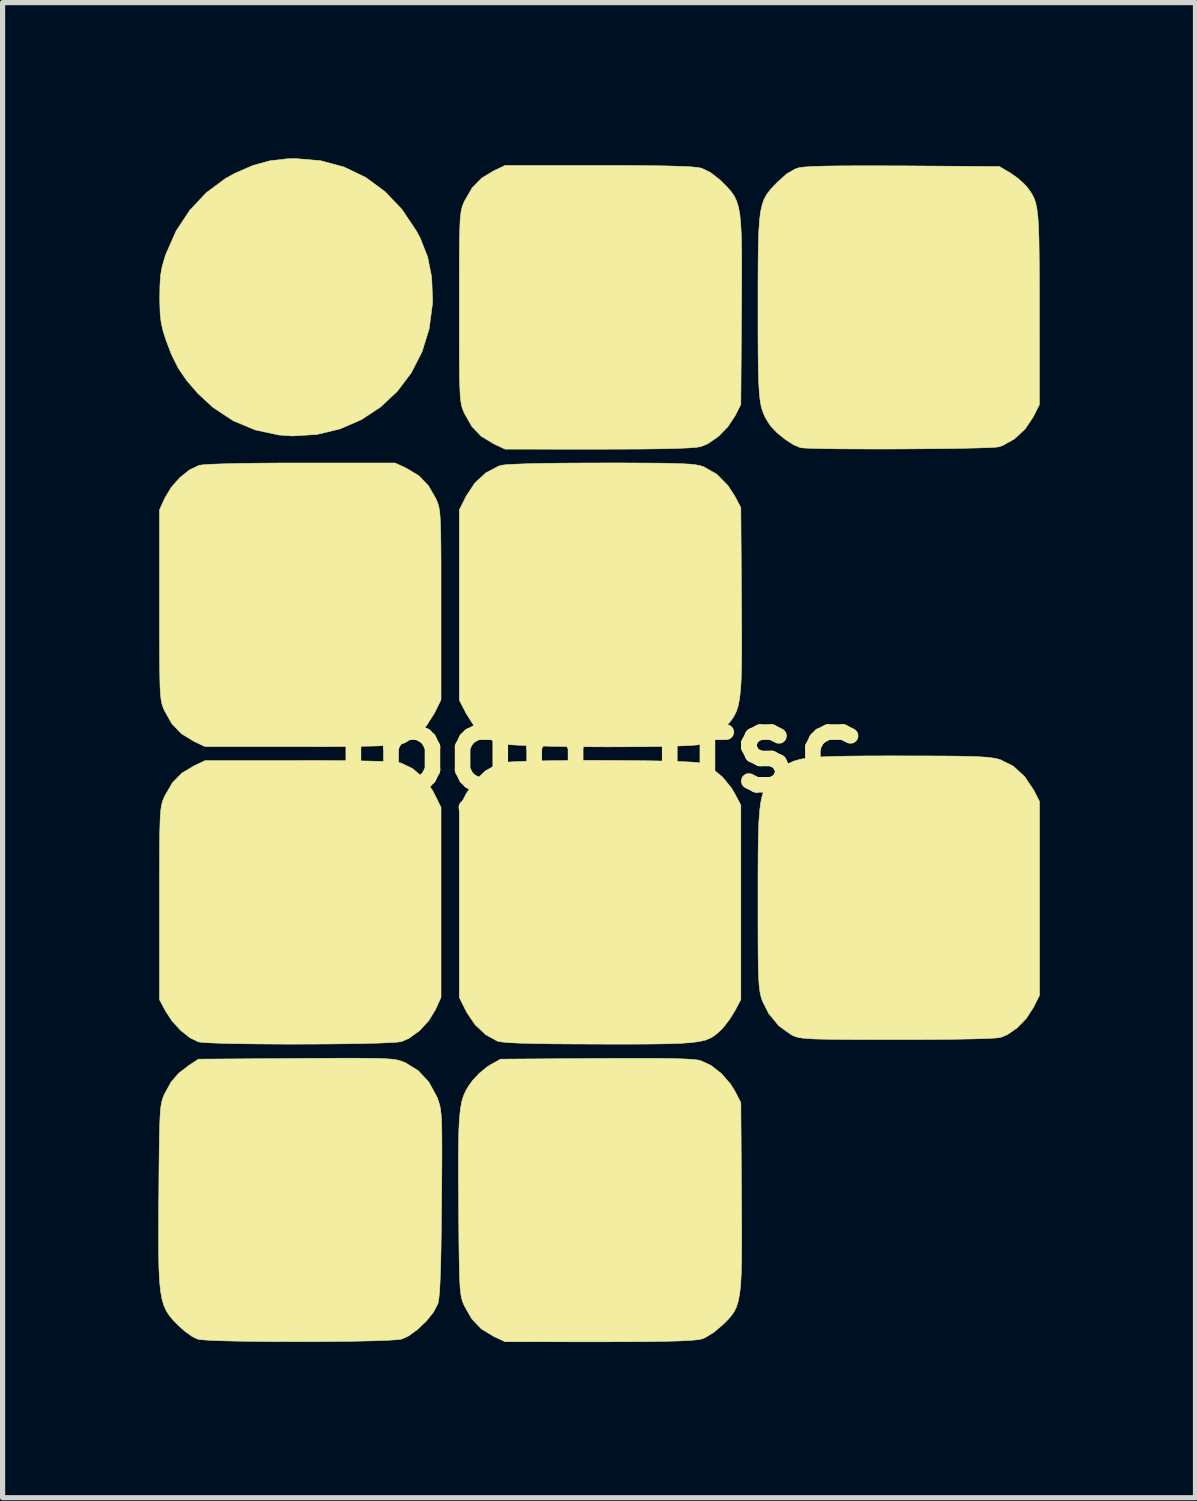
<source format=kicad_pcb>
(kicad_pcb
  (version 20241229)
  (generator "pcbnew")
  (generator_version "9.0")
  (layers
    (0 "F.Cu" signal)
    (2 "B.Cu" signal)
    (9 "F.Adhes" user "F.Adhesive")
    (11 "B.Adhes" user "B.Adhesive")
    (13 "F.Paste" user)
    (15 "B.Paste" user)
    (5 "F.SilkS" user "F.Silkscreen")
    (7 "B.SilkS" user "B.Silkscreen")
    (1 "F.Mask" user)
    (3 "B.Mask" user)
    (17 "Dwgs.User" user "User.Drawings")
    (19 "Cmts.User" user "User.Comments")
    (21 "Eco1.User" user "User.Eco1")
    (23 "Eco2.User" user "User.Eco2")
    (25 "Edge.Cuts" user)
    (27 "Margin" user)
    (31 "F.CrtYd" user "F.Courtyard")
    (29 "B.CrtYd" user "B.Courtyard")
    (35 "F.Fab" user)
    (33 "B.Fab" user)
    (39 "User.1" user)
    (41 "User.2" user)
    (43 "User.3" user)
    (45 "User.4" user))
  (footprint "logo_ifsc"
    (layer "F.Cu")
    (at 8.512 11.382)
    (property "Reference" "logo_ifsc" (at 0 0 0) (layer "F.SilkS") (effects (font (size 1.524 1.524) (thickness 0.3))))
    (attr through_hole)
    (fp_poly (pts (xy -5.387 -11.336) (xy -4.934 -11.214) (xy -4.518 -11.015) (xy -4.144 -10.74) (xy -3.815 -10.394) (xy -3.537 -9.978) (xy -3.466 -9.845) (xy -3.323 -9.484) (xy -3.245 -9.092) (xy -3.227 -8.652) (xy -3.23 -8.577) (xy -3.293 -8.097) (xy -3.431 -7.652) (xy -3.638 -7.249) (xy -3.907 -6.892) (xy -4.23 -6.59) (xy -4.6 -6.346) (xy -5.011 -6.168) (xy -5.455 -6.061) (xy -5.926 -6.032) (xy -6.182 -6.05) (xy -6.641 -6.147) (xy -7.068 -6.325) (xy -7.458 -6.582) (xy -7.751 -6.853) (xy -7.965 -7.101) (xy -8.128 -7.34) (xy -8.26 -7.606) (xy -8.363 -7.876) (xy -8.42 -8.055) (xy -8.456 -8.212) (xy -8.476 -8.38) (xy -8.483 -8.589) (xy -8.484 -8.709) (xy -8.48 -8.949) (xy -8.467 -9.133) (xy -8.439 -9.291) (xy -8.392 -9.456) (xy -8.365 -9.537) (xy -8.168 -9.983) (xy -7.906 -10.38) (xy -7.586 -10.72) (xy -7.216 -10.994) (xy -7.034 -11.094) (xy -6.692 -11.243) (xy -6.371 -11.332) (xy -6.036 -11.372) (xy -5.871 -11.377) (xy -5.387 -11.336)) (stroke (width 0.01) (type solid)) (fill yes) (layer "F.SilkS"))
    (fp_poly (pts (xy -5.277 0.222) (xy -4.836 0.225) (xy -4.478 0.231) (xy -4.199 0.239) (xy -3.997 0.25) (xy -3.869 0.263) (xy -3.83 0.272) (xy -3.609 0.379) (xy -3.404 0.558) (xy -3.234 0.788) (xy -3.189 0.872) (xy -3.065 1.124) (xy -3.065 4.785) (xy -3.17 5.018) (xy -3.302 5.235) (xy -3.482 5.429) (xy -3.684 5.575) (xy -3.828 5.637) (xy -3.912 5.648) (xy -4.072 5.658) (xy -4.297 5.667) (xy -4.574 5.674) (xy -4.893 5.679) (xy -5.241 5.683) (xy -5.606 5.685) (xy -5.977 5.686) (xy -6.342 5.684) (xy -6.689 5.681) (xy -7.006 5.677) (xy -7.282 5.67) (xy -7.504 5.662) (xy -7.662 5.653) (xy -7.741 5.642) (xy -7.906 5.561) (xy -8.082 5.42) (xy -8.245 5.243) (xy -8.369 5.055) (xy -8.489 4.829) (xy -8.489 2.977) (xy -8.489 2.524) (xy -8.488 2.151) (xy -8.487 1.848) (xy -8.484 1.607) (xy -8.479 1.42) (xy -8.473 1.276) (xy -8.463 1.168) (xy -8.451 1.086) (xy -8.435 1.022) (xy -8.415 0.967) (xy -8.391 0.913) (xy -8.387 0.904) (xy -8.241 0.651) (xy -8.058 0.464) (xy -7.827 0.326) (xy -7.607 0.221) (xy -5.804 0.221) (xy -5.277 0.222)) (stroke (width 0.01) (type solid)) (fill yes) (layer "F.SilkS"))
    (fp_poly (pts (xy 0.268 0.22) (xy 0.63 0.223) (xy 0.971 0.227) (xy 1.28 0.233) (xy 1.545 0.241) (xy 1.754 0.251) (xy 1.895 0.263) (xy 1.947 0.272) (xy 2.156 0.373) (xy 2.359 0.54) (xy 2.532 0.752) (xy 2.592 0.854) (xy 2.712 1.08) (xy 2.712 4.829) (xy 2.595 5.049) (xy 2.498 5.205) (xy 2.384 5.353) (xy 2.33 5.411) (xy 2.26 5.476) (xy 2.192 5.53) (xy 2.116 5.574) (xy 2.026 5.609) (xy 1.911 5.635) (xy 1.764 5.655) (xy 1.576 5.669) (xy 1.338 5.678) (xy 1.042 5.683) (xy 0.68 5.686) (xy 0.242 5.686) (xy -0.017 5.685) (xy -0.519 5.683) (xy -0.939 5.68) (xy -1.28 5.674) (xy -1.549 5.667) (xy -1.75 5.657) (xy -1.888 5.645) (xy -1.969 5.631) (xy -1.978 5.628) (xy -2.202 5.505) (xy -2.406 5.314) (xy -2.57 5.073) (xy -2.587 5.039) (xy -2.712 4.785) (xy -2.712 1.118) (xy -2.579 0.859) (xy -2.415 0.613) (xy -2.206 0.418) (xy -1.972 0.288) (xy -1.906 0.267) (xy -1.816 0.254) (xy -1.649 0.244) (xy -1.419 0.235) (xy -1.137 0.228) (xy -0.816 0.223) (xy -0.466 0.22) (xy -0.101 0.219) (xy 0.268 0.22)) (stroke (width 0.01) (type solid)) (fill yes) (layer "F.SilkS"))
    (fp_poly (pts (xy -3.947 -5.511) (xy -3.726 -5.407) (xy -3.488 -5.263) (xy -3.307 -5.073) (xy -3.166 -4.829) (xy -3.141 -4.773) (xy -3.121 -4.718) (xy -3.104 -4.656) (xy -3.092 -4.577) (xy -3.082 -4.472) (xy -3.075 -4.334) (xy -3.07 -4.152) (xy -3.067 -3.918) (xy -3.065 -3.623) (xy -3.065 -3.258) (xy -3.065 -2.815) (xy -3.065 -0.948) (xy -3.189 -0.696) (xy -3.344 -0.451) (xy -3.54 -0.254) (xy -3.758 -0.122) (xy -3.83 -0.095) (xy -3.92 -0.08) (xy -4.081 -0.068) (xy -4.319 -0.059) (xy -4.634 -0.052) (xy -5.031 -0.047) (xy -5.511 -0.045) (xy -5.804 -0.045) (xy -7.607 -0.045) (xy -7.827 -0.149) (xy -8.065 -0.294) (xy -8.247 -0.483) (xy -8.387 -0.728) (xy -8.412 -0.783) (xy -8.433 -0.838) (xy -8.449 -0.9) (xy -8.462 -0.979) (xy -8.472 -1.084) (xy -8.479 -1.223) (xy -8.483 -1.404) (xy -8.486 -1.638) (xy -8.488 -1.933) (xy -8.489 -2.298) (xy -8.489 -2.742) (xy -8.489 -4.608) (xy -8.383 -4.841) (xy -8.261 -5.044) (xy -8.095 -5.231) (xy -7.908 -5.38) (xy -7.724 -5.467) (xy -7.722 -5.467) (xy -7.638 -5.478) (xy -7.473 -5.488) (xy -7.235 -5.496) (xy -6.932 -5.503) (xy -6.571 -5.508) (xy -6.16 -5.511) (xy -5.755 -5.511) (xy -3.947 -5.511)) (stroke (width 0.01) (type solid)) (fill yes) (layer "F.SilkS"))
    (fp_poly (pts (xy 0.484 -5.512) (xy 0.857 -5.51) (xy 1.159 -5.508) (xy 1.399 -5.503) (xy 1.585 -5.497) (xy 1.728 -5.489) (xy 1.834 -5.478) (xy 1.914 -5.464) (xy 1.975 -5.446) (xy 1.995 -5.439) (xy 2.248 -5.295) (xy 2.465 -5.075) (xy 2.595 -4.873) (xy 2.712 -4.652) (xy 2.725 -2.87) (xy 2.728 -2.383) (xy 2.729 -1.975) (xy 2.727 -1.638) (xy 2.72 -1.364) (xy 2.707 -1.142) (xy 2.687 -0.965) (xy 2.659 -0.824) (xy 2.62 -0.711) (xy 2.571 -0.616) (xy 2.509 -0.53) (xy 2.434 -0.446) (xy 2.357 -0.368) (xy 2.173 -0.208) (xy 2.006 -0.109) (xy 1.958 -0.092) (xy 1.861 -0.078) (xy 1.69 -0.066) (xy 1.455 -0.057) (xy 1.169 -0.05) (xy 0.844 -0.045) (xy 0.491 -0.043) (xy 0.123 -0.042) (xy -0.249 -0.044) (xy -0.613 -0.048) (xy -0.957 -0.054) (xy -1.27 -0.062) (xy -1.538 -0.072) (xy -1.752 -0.084) (xy -1.898 -0.097) (xy -1.957 -0.109) (xy -2.218 -0.248) (xy -2.438 -0.462) (xy -2.58 -0.685) (xy -2.712 -0.942) (xy -2.712 -4.608) (xy -2.58 -4.873) (xy -2.413 -5.125) (xy -2.2 -5.322) (xy -1.957 -5.45) (xy -1.906 -5.466) (xy -1.818 -5.478) (xy -1.648 -5.488) (xy -1.402 -5.497) (xy -1.088 -5.504) (xy -0.711 -5.509) (xy -0.279 -5.511) (xy 0.032 -5.512) (xy 0.484 -5.512)) (stroke (width 0.01) (type solid)) (fill yes) (layer "F.SilkS"))
    (fp_poly (pts (xy 0.481 -11.244) (xy 0.906 -11.241) (xy 1.253 -11.236) (xy 1.527 -11.228) (xy 1.732 -11.219) (xy 1.874 -11.206) (xy 1.957 -11.191) (xy 1.957 -11.191) (xy 2.124 -11.11) (xy 2.31 -10.965) (xy 2.367 -10.91) (xy 2.453 -10.823) (xy 2.524 -10.742) (xy 2.583 -10.659) (xy 2.629 -10.563) (xy 2.665 -10.448) (xy 2.692 -10.304) (xy 2.71 -10.122) (xy 2.722 -9.895) (xy 2.728 -9.612) (xy 2.729 -9.267) (xy 2.728 -8.849) (xy 2.725 -8.416) (xy 2.712 -6.637) (xy 2.602 -6.422) (xy 2.463 -6.211) (xy 2.281 -6.025) (xy 2.081 -5.885) (xy 1.949 -5.829) (xy 1.862 -5.814) (xy 1.707 -5.802) (xy 1.48 -5.792) (xy 1.178 -5.785) (xy 0.798 -5.78) (xy 0.335 -5.778) (xy -0.027 -5.777) (xy -1.83 -5.778) (xy -2.051 -5.882) (xy -2.289 -6.026) (xy -2.47 -6.215) (xy -2.61 -6.46) (xy -2.635 -6.516) (xy -2.656 -6.571) (xy -2.672 -6.633) (xy -2.685 -6.712) (xy -2.695 -6.816) (xy -2.702 -6.955) (xy -2.707 -7.137) (xy -2.71 -7.371) (xy -2.711 -7.666) (xy -2.712 -8.031) (xy -2.712 -8.474) (xy -2.712 -8.511) (xy -2.712 -8.96) (xy -2.711 -9.331) (xy -2.71 -9.631) (xy -2.707 -9.869) (xy -2.702 -10.054) (xy -2.696 -10.196) (xy -2.686 -10.303) (xy -2.673 -10.383) (xy -2.657 -10.447) (xy -2.637 -10.501) (xy -2.612 -10.557) (xy -2.61 -10.561) (xy -2.464 -10.814) (xy -2.281 -11.001) (xy -2.051 -11.14) (xy -1.83 -11.244) (xy -0.027 -11.244) (xy 0.481 -11.244)) (stroke (width 0.01) (type solid)) (fill yes) (layer "F.SilkS"))
    (fp_poly (pts (xy 1.202 5.961) (xy 1.479 5.966) (xy 1.689 5.974) (xy 1.835 5.985) (xy 1.924 5.999) (xy 1.93 6.001) (xy 2.136 6.095) (xy 2.339 6.254) (xy 2.514 6.455) (xy 2.602 6.598) (xy 2.712 6.813) (xy 2.725 8.592) (xy 2.728 9.082) (xy 2.729 9.492) (xy 2.727 9.831) (xy 2.72 10.107) (xy 2.708 10.33) (xy 2.688 10.507) (xy 2.66 10.648) (xy 2.623 10.761) (xy 2.575 10.854) (xy 2.515 10.936) (xy 2.442 11.016) (xy 2.366 11.091) (xy 2.191 11.239) (xy 2.024 11.341) (xy 1.957 11.367) (xy 1.876 11.382) (xy 1.74 11.394) (xy 1.542 11.404) (xy 1.278 11.412) (xy 0.943 11.417) (xy 0.531 11.42) (xy 0.037 11.421) (xy -0.027 11.421) (xy -1.83 11.42) (xy -2.051 11.316) (xy -2.289 11.172) (xy -2.47 10.982) (xy -2.61 10.738) (xy -2.636 10.68) (xy -2.657 10.623) (xy -2.674 10.557) (xy -2.687 10.473) (xy -2.698 10.361) (xy -2.705 10.214) (xy -2.711 10.021) (xy -2.716 9.773) (xy -2.72 9.462) (xy -2.723 9.077) (xy -2.725 8.784) (xy -2.729 8.306) (xy -2.729 7.907) (xy -2.727 7.579) (xy -2.72 7.312) (xy -2.708 7.097) (xy -2.689 6.925) (xy -2.664 6.787) (xy -2.629 6.675) (xy -2.585 6.579) (xy -2.531 6.49) (xy -2.466 6.399) (xy -2.456 6.386) (xy -2.329 6.249) (xy -2.177 6.125) (xy -2.115 6.085) (xy -1.918 5.975) (xy -0.088 5.962) (xy 0.423 5.959) (xy 0.852 5.959) (xy 1.202 5.961)) (stroke (width 0.01) (type solid)) (fill yes) (layer "F.SilkS"))
    (fp_poly (pts (xy 6.225 0.133) (xy 6.592 0.134) (xy 6.889 0.137) (xy 7.125 0.142) (xy 7.309 0.149) (xy 7.451 0.158) (xy 7.559 0.171) (xy 7.643 0.186) (xy 7.711 0.205) (xy 7.961 0.33) (xy 8.18 0.531) (xy 8.357 0.795) (xy 8.361 0.803) (xy 8.467 1.011) (xy 8.467 4.745) (xy 8.353 4.974) (xy 8.216 5.186) (xy 8.039 5.37) (xy 7.846 5.504) (xy 7.72 5.556) (xy 7.638 5.567) (xy 7.475 5.576) (xy 7.24 5.584) (xy 6.941 5.59) (xy 6.584 5.595) (xy 6.179 5.597) (xy 5.734 5.598) (xy 5.711 5.598) (xy 5.257 5.598) (xy 4.883 5.597) (xy 4.58 5.595) (xy 4.34 5.591) (xy 4.153 5.587) (xy 4.011 5.58) (xy 3.905 5.57) (xy 3.827 5.558) (xy 3.769 5.543) (xy 3.72 5.523) (xy 3.682 5.504) (xy 3.444 5.333) (xy 3.249 5.096) (xy 3.13 4.86) (xy 3.108 4.796) (xy 3.09 4.729) (xy 3.076 4.648) (xy 3.064 4.545) (xy 3.056 4.41) (xy 3.05 4.235) (xy 3.046 4.009) (xy 3.044 3.723) (xy 3.043 3.369) (xy 3.043 2.937) (xy 3.043 2.892) (xy 3.043 2.412) (xy 3.045 2.012) (xy 3.05 1.683) (xy 3.059 1.415) (xy 3.074 1.2) (xy 3.096 1.029) (xy 3.125 0.893) (xy 3.164 0.783) (xy 3.214 0.691) (xy 3.276 0.608) (xy 3.351 0.525) (xy 3.395 0.479) (xy 3.476 0.398) (xy 3.553 0.33) (xy 3.637 0.276) (xy 3.734 0.232) (xy 3.855 0.198) (xy 4.007 0.173) (xy 4.199 0.155) (xy 4.441 0.144) (xy 4.741 0.137) (xy 5.107 0.133) (xy 5.549 0.132) (xy 5.78 0.132) (xy 6.225 0.133)) (stroke (width 0.01) (type solid)) (fill yes) (layer "F.SilkS"))
    (fp_poly (pts (xy 5.533 -11.237) (xy 5.854 -11.236) (xy 7.695 -11.223) (xy 7.903 -11.1) (xy 8.049 -10.998) (xy 8.181 -10.878) (xy 8.228 -10.825) (xy 8.283 -10.751) (xy 8.329 -10.68) (xy 8.366 -10.603) (xy 8.396 -10.512) (xy 8.418 -10.398) (xy 8.436 -10.253) (xy 8.448 -10.067) (xy 8.456 -9.833) (xy 8.46 -9.541) (xy 8.463 -9.182) (xy 8.464 -8.749) (xy 8.464 -8.489) (xy 8.465 -6.637) (xy 8.344 -6.396) (xy 8.189 -6.165) (xy 7.985 -5.976) (xy 7.755 -5.847) (xy 7.683 -5.823) (xy 7.608 -5.814) (xy 7.458 -5.807) (xy 7.242 -5.8) (xy 6.973 -5.794) (xy 6.663 -5.789) (xy 6.323 -5.786) (xy 5.966 -5.783) (xy 5.601 -5.781) (xy 5.243 -5.781) (xy 4.901 -5.782) (xy 4.588 -5.784) (xy 4.316 -5.788) (xy 4.096 -5.793) (xy 3.94 -5.799) (xy 3.859 -5.807) (xy 3.859 -5.807) (xy 3.727 -5.863) (xy 3.57 -5.964) (xy 3.416 -6.088) (xy 3.295 -6.214) (xy 3.269 -6.25) (xy 3.214 -6.335) (xy 3.169 -6.416) (xy 3.133 -6.502) (xy 3.104 -6.601) (xy 3.083 -6.723) (xy 3.067 -6.878) (xy 3.056 -7.073) (xy 3.049 -7.319) (xy 3.045 -7.625) (xy 3.043 -7.999) (xy 3.043 -8.452) (xy 3.043 -8.508) (xy 3.043 -8.984) (xy 3.045 -9.38) (xy 3.049 -9.706) (xy 3.058 -9.971) (xy 3.072 -10.183) (xy 3.092 -10.351) (xy 3.122 -10.485) (xy 3.16 -10.593) (xy 3.21 -10.684) (xy 3.272 -10.767) (xy 3.348 -10.851) (xy 3.413 -10.918) (xy 3.597 -11.083) (xy 3.763 -11.178) (xy 3.826 -11.199) (xy 3.92 -11.213) (xy 4.087 -11.224) (xy 4.328 -11.232) (xy 4.648 -11.236) (xy 5.049 -11.238) (xy 5.533 -11.237)) (stroke (width 0.01) (type solid)) (fill yes) (layer "F.SilkS"))
    (fp_poly (pts (xy -4.468 5.958) (xy -4.277 5.961) (xy -4.129 5.967) (xy -4.018 5.975) (xy -3.933 5.986) (xy -3.867 6.001) (xy -3.811 6.02) (xy -3.755 6.043) (xy -3.748 6.046) (xy -3.501 6.199) (xy -3.296 6.422) (xy -3.142 6.706) (xy -3.129 6.739) (xy -3.107 6.803) (xy -3.088 6.868) (xy -3.074 6.943) (xy -3.063 7.038) (xy -3.055 7.161) (xy -3.05 7.323) (xy -3.048 7.531) (xy -3.047 7.796) (xy -3.049 8.127) (xy -3.052 8.532) (xy -3.054 8.749) (xy -3.059 9.24) (xy -3.065 9.649) (xy -3.072 9.982) (xy -3.082 10.244) (xy -3.092 10.443) (xy -3.106 10.584) (xy -3.121 10.673) (xy -3.126 10.689) (xy -3.209 10.849) (xy -3.348 11.022) (xy -3.516 11.182) (xy -3.689 11.308) (xy -3.82 11.368) (xy -3.907 11.38) (xy -4.071 11.391) (xy -4.299 11.4) (xy -4.58 11.407) (xy -4.901 11.413) (xy -5.252 11.416) (xy -5.62 11.418) (xy -5.993 11.418) (xy -6.36 11.417) (xy -6.708 11.413) (xy -7.026 11.408) (xy -7.302 11.401) (xy -7.525 11.392) (xy -7.681 11.381) (xy -7.756 11.37) (xy -7.862 11.317) (xy -7.998 11.22) (xy -8.133 11.099) (xy -8.134 11.098) (xy -8.222 11.007) (xy -8.296 10.92) (xy -8.356 10.829) (xy -8.404 10.724) (xy -8.441 10.598) (xy -8.469 10.441) (xy -8.488 10.245) (xy -8.5 10.001) (xy -8.506 9.7) (xy -8.507 9.334) (xy -8.505 8.895) (xy -8.502 8.577) (xy -8.499 8.142) (xy -8.495 7.786) (xy -8.491 7.499) (xy -8.486 7.273) (xy -8.479 7.099) (xy -8.471 6.966) (xy -8.459 6.866) (xy -8.444 6.79) (xy -8.426 6.729) (xy -8.403 6.672) (xy -8.387 6.637) (xy -8.266 6.417) (xy -8.12 6.247) (xy -7.918 6.093) (xy -7.915 6.091) (xy -7.739 5.975) (xy -5.855 5.962) (xy -5.398 5.959) (xy -5.02 5.957) (xy -4.713 5.957) (xy -4.468 5.958)) (stroke (width 0.01) (type solid)) (fill yes) (layer "F.SilkS")))
  (gr_rect
    (start -3 -3)
    (end 19.984 25.807)
    (stroke (width 0.1) (type default))
    (fill no)
    (layer "Edge.Cuts")))
</source>
